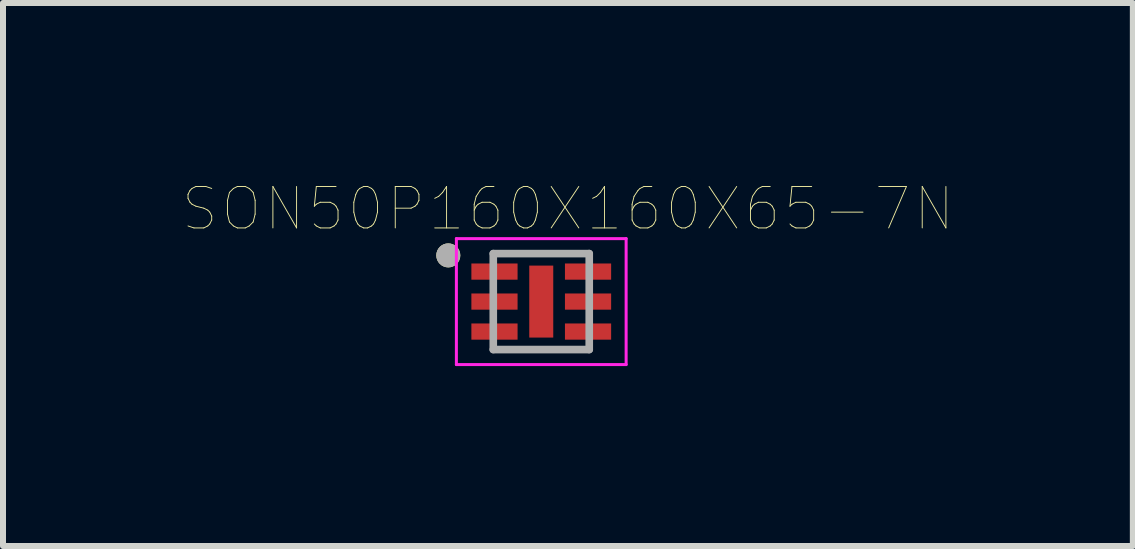
<source format=kicad_pcb>
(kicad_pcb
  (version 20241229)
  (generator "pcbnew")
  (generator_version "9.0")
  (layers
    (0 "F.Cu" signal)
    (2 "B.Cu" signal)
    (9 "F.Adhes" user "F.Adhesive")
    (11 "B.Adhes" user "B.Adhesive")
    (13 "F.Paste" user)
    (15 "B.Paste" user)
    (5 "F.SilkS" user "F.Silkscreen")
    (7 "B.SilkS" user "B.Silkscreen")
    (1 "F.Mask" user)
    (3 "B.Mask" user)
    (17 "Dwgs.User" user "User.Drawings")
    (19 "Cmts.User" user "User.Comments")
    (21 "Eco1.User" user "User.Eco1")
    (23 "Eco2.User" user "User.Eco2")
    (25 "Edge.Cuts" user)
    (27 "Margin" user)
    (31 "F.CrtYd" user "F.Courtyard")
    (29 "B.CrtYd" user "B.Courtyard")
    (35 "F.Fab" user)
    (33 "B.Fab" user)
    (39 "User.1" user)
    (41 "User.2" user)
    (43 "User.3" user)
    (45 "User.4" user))
  (footprint "SON50P160X160X65-7N"
    (layer "F.Cu")
    (at 5.974 1.978)
    (property "Reference" "SON50P160X160X65-7N" (at 0.445 -1.547 0) (layer "F.SilkS") (effects (font (size 0.691 0.691) (thickness 0.015))))
    (attr through_hole)
    (fp_circle (center -1.55 -0.77) (end -1.45 -0.77) (stroke (width 0.2) (type solid)) (fill no) (layer "F.SilkS"))
    (fp_poly (pts (xy -0.134 -0.38) (xy 0.125 -0.38) (xy 0.125 0.408) (xy -0.134 0.408)) (stroke (width 0.01) (type solid)) (fill yes) (layer "F.Paste"))
    (fp_line (start -1.415 -1.05) (end -1.415 1.05) (stroke (width 0.05) (type solid)) (layer "F.CrtYd"))
    (fp_line (start -1.415 -1.05) (end 1.415 -1.05) (stroke (width 0.05) (type solid)) (layer "F.CrtYd"))
    (fp_line (start -1.415 1.05) (end 1.415 1.05) (stroke (width 0.05) (type solid)) (layer "F.CrtYd"))
    (fp_line (start 1.415 -1.05) (end 1.415 1.05) (stroke (width 0.05) (type solid)) (layer "F.CrtYd"))
    (fp_line (start -0.8 -0.8) (end -0.8 0.8) (stroke (width 0.127) (type solid)) (layer "F.Fab"))
    (fp_line (start -0.8 -0.8) (end 0.8 -0.8) (stroke (width 0.127) (type solid)) (layer "F.Fab"))
    (fp_line (start -0.8 0.8) (end 0.8 0.8) (stroke (width 0.127) (type solid)) (layer "F.Fab"))
    (fp_line (start 0.8 -0.8) (end 0.8 0.8) (stroke (width 0.127) (type solid)) (layer "F.Fab"))
    (fp_circle (center -1.55 -0.77) (end -1.45 -0.77) (stroke (width 0.2) (type solid)) (fill no) (layer "F.Fab"))
    (pad "1" smd rect (at -0.78 -0.5) (size 0.77 0.27) (layers "F.Cu" "F.Mask" "F.Paste"))
    (pad "2" smd rect (at -0.78 0) (size 0.77 0.27) (layers "F.Cu" "F.Mask" "F.Paste"))
    (pad "3" smd rect (at -0.78 0.5) (size 0.77 0.27) (layers "F.Cu" "F.Mask" "F.Paste"))
    (pad "4" smd rect (at 0.78 0.5) (size 0.77 0.27) (layers "F.Cu" "F.Mask" "F.Paste"))
    (pad "5" smd rect (at 0.78 0) (size 0.77 0.27) (layers "F.Cu" "F.Mask" "F.Paste"))
    (pad "6" smd rect (at 0.78 -0.5) (size 0.77 0.27) (layers "F.Cu" "F.Mask" "F.Paste"))
    (pad "7" smd rect (at 0 0) (size 0.4 1.2) (layers "F.Cu" "F.Mask")))
  (gr_rect
    (start -3 -3)
    (end 15.837 6.053)
    (stroke (width 0.1) (type default))
    (fill no)
    (layer "Edge.Cuts")))
</source>
